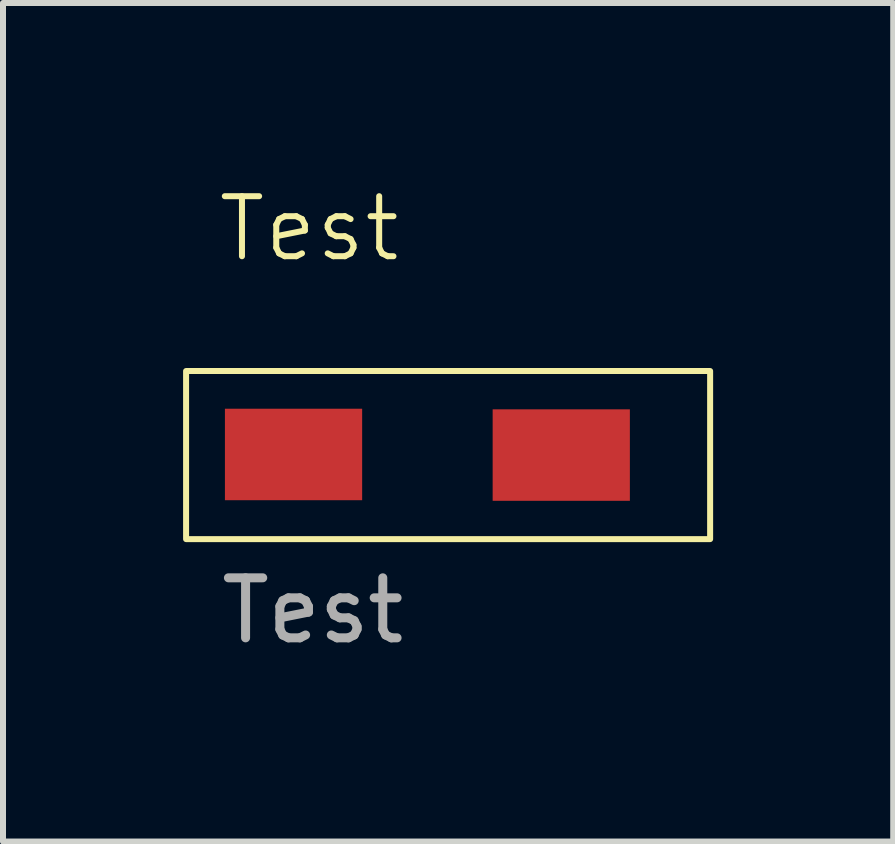
<source format=kicad_pcb>
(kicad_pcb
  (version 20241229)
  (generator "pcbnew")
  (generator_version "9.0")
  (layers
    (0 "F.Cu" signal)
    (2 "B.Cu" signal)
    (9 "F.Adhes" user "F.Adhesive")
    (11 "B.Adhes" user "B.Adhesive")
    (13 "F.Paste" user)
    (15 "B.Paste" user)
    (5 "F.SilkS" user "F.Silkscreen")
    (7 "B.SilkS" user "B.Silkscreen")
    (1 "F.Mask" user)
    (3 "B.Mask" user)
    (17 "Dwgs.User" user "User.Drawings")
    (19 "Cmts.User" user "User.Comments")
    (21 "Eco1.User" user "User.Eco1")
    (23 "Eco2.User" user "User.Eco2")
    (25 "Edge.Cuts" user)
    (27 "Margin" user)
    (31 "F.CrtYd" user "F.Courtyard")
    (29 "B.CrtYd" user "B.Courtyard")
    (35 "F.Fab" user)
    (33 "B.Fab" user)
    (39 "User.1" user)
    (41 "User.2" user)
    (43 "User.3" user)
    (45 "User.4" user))
  (footprint "Test"
    (layer "F.Cu")
    (at 4.9 1.371)
    (property "Reference" "Test" (at -2.8 -0.61 0) (unlocked yes) (layer "F.SilkS") (effects (font (size 1 1) (thickness 0.1))))
    (attr smd)
    (fp_rect (start -4.85 1.76) (end 3.88 4.56) (stroke (width 0.1) (type default)) (fill no) (layer "F.SilkS"))
    (fp_text user "${REFERENCE}" (at -2.74 5.75 0) (unlocked yes) (layer "F.Fab") (effects (font (size 1 1) (thickness 0.15))))
    (pad "1" smd roundrect (at -3.06 3.15) (size 2.286 1.524) (layers "F.Cu" "F.Mask" "F.Paste") (roundrect_rratio 0) (chamfer_ratio 0.2) (chamfer))
    (pad "2" smd roundrect (at 1.4 3.16) (size 2.286 1.524) (layers "F.Cu" "F.Mask" "F.Paste") (roundrect_rratio 0) (chamfer_ratio 0.2) (chamfer)))
  (gr_rect
    (start -3 -3)
    (end 11.83 10.969)
    (stroke (width 0.1) (type default))
    (fill no)
    (layer "Edge.Cuts")))
</source>
